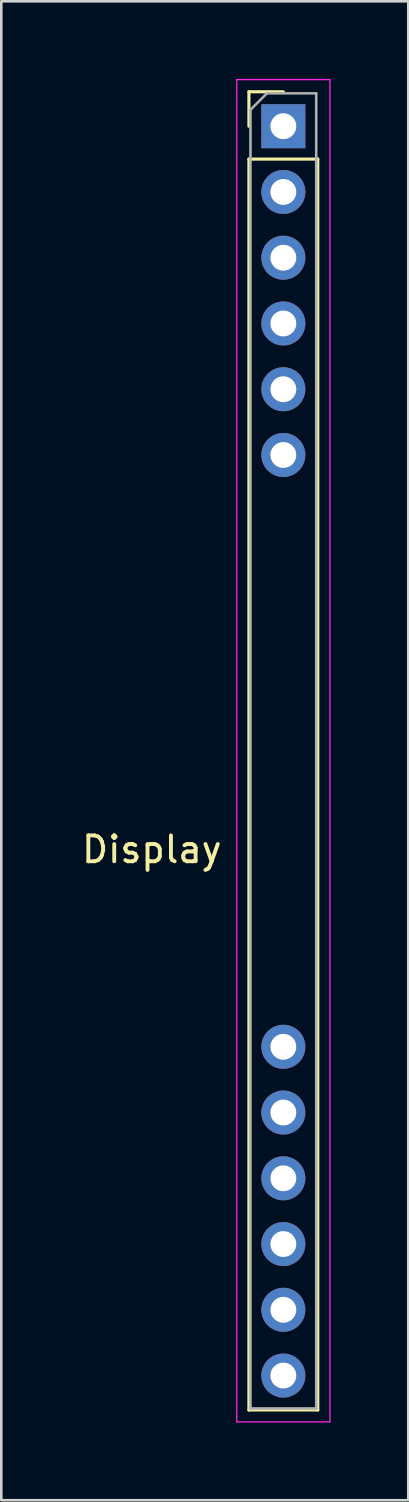
<source format=kicad_pcb>
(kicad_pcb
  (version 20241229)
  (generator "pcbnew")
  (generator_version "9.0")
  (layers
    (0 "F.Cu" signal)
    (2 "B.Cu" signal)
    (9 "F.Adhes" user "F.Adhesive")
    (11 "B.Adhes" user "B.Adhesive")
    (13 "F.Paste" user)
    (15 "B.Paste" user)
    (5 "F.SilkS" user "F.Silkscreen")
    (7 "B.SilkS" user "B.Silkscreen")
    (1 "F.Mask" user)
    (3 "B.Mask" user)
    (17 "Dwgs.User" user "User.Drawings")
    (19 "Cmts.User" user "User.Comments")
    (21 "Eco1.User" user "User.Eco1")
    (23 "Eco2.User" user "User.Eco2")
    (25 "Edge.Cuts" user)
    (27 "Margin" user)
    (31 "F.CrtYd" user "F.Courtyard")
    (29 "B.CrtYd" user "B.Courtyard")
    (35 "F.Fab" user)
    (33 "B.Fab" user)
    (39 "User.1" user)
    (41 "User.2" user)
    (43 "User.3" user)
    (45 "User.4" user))
  (footprint "Display"
    (layer "F.Cu")
    (at 7.895 25.955)
    (property "Reference" "Display" (at -5.08 3.81 0) (layer "F.SilkS") (effects (font (size 1 1) (thickness 0.15))))
    (attr through_hole)
    (fp_line (start -1.33 -25.46) (end 0 -25.46) (stroke (width 0.12) (type solid)) (layer "F.SilkS"))
    (fp_line (start -1.33 -24.13) (end -1.33 -25.46) (stroke (width 0.12) (type solid)) (layer "F.SilkS"))
    (fp_line (start -1.33 -22.86) (end -1.33 25.46) (stroke (width 0.12) (type solid)) (layer "F.SilkS"))
    (fp_line (start -1.33 -22.86) (end 1.33 -22.86) (stroke (width 0.12) (type solid)) (layer "F.SilkS"))
    (fp_line (start -1.33 25.46) (end 1.33 25.46) (stroke (width 0.12) (type solid)) (layer "F.SilkS"))
    (fp_line (start 1.33 -22.86) (end 1.33 25.46) (stroke (width 0.12) (type solid)) (layer "F.SilkS"))
    (fp_line (start -1.8 -25.93) (end -1.8 25.92) (stroke (width 0.05) (type solid)) (layer "F.CrtYd"))
    (fp_line (start -1.8 25.92) (end 1.8 25.92) (stroke (width 0.05) (type solid)) (layer "F.CrtYd"))
    (fp_line (start 1.8 -25.93) (end -1.8 -25.93) (stroke (width 0.05) (type solid)) (layer "F.CrtYd"))
    (fp_line (start 1.8 25.92) (end 1.8 -25.93) (stroke (width 0.05) (type solid)) (layer "F.CrtYd"))
    (fp_line (start -1.27 -24.765) (end -0.635 -25.4) (stroke (width 0.1) (type solid)) (layer "F.Fab"))
    (fp_line (start -1.27 25.4) (end -1.27 -24.765) (stroke (width 0.1) (type solid)) (layer "F.Fab"))
    (fp_line (start -0.635 -25.4) (end 1.27 -25.4) (stroke (width 0.1) (type solid)) (layer "F.Fab"))
    (fp_line (start 1.27 -25.4) (end 1.27 25.4) (stroke (width 0.1) (type solid)) (layer "F.Fab"))
    (fp_line (start 1.27 25.4) (end -1.27 25.4) (stroke (width 0.1) (type solid)) (layer "F.Fab"))
    (pad "1" thru_hole rect (at 0 -24.13) (size 1.7 1.7) (drill 1) (layers "*.Cu" "*.Mask"))
    (pad "2" thru_hole oval (at 0 -21.59) (size 1.7 1.7) (drill 1) (layers "*.Cu" "*.Mask"))
    (pad "3" thru_hole oval (at 0 -19.05) (size 1.7 1.7) (drill 1) (layers "*.Cu" "*.Mask"))
    (pad "4" thru_hole oval (at 0 -16.51) (size 1.7 1.7) (drill 1) (layers "*.Cu" "*.Mask"))
    (pad "5" thru_hole oval (at 0 -13.97) (size 1.7 1.7) (drill 1) (layers "*.Cu" "*.Mask"))
    (pad "6" thru_hole oval (at 0 -11.43) (size 1.7 1.7) (drill 1) (layers "*.Cu" "*.Mask"))
    (pad "15" thru_hole oval (at 0 11.43) (size 1.7 1.7) (drill 1) (layers "*.Cu" "*.Mask"))
    (pad "16" thru_hole oval (at 0 13.97) (size 1.7 1.7) (drill 1) (layers "*.Cu" "*.Mask"))
    (pad "17" thru_hole oval (at 0 16.51) (size 1.7 1.7) (drill 1) (layers "*.Cu" "*.Mask"))
    (pad "18" thru_hole oval (at 0 19.05) (size 1.7 1.7) (drill 1) (layers "*.Cu" "*.Mask"))
    (pad "19" thru_hole oval (at 0 21.59) (size 1.7 1.7) (drill 1) (layers "*.Cu" "*.Mask"))
    (pad "20" thru_hole oval (at 0 24.13) (size 1.7 1.7) (drill 1) (layers "*.Cu" "*.Mask")))
  (gr_rect
    (start -3 -3)
    (end 12.72 54.9)
    (stroke (width 0.1) (type default))
    (fill no)
    (layer "Edge.Cuts")))
</source>
